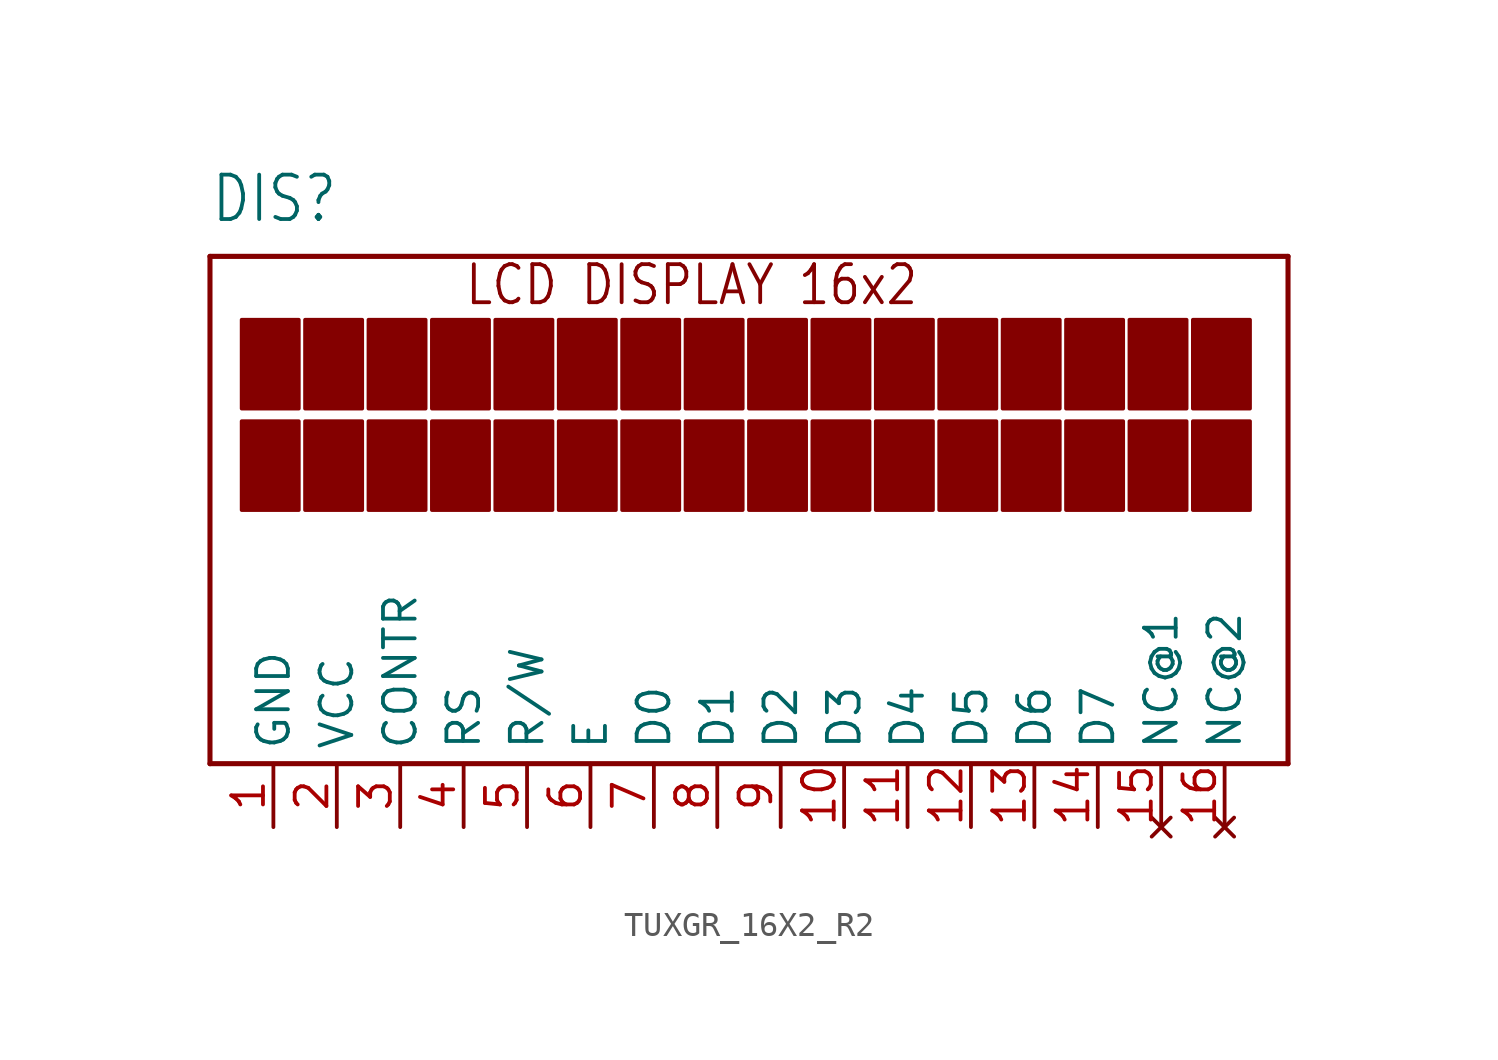
<source format=kicad_sym>
(kicad_symbol_lib
  (version 20220914)
  (generator kicad_symbol_editor)
  (symbol "TUXGR_16X2_R2"
    (property "Reference" "DIS"
      (at -20.32 13.97 0)
      (effects (font (size 1.778 1.511)) (justify left bottom)))
    (property "Value" ""
      (at -1.27 13.97 0)
      (effects (font (size 1.778 1.511)) (justify left bottom)))
    (property "ki_locked" ""
      (at 0 0 0)
      (effects (font (size 1.27 1.27))))
    (symbol "TUXGR_16X2_R2_1_0"
      (rectangle (start -19.05 2.54) (end -16.764 6.096) (stroke (width 0) (type default)) (fill (type outline)))
      (rectangle (start -19.05 6.604) (end -16.764 10.16) (stroke (width 0) (type default)) (fill (type outline)))
      (rectangle (start -16.51 2.54) (end -14.224 6.096) (stroke (width 0) (type default)) (fill (type outline)))
      (rectangle (start -16.51 6.604) (end -14.224 10.16) (stroke (width 0) (type default)) (fill (type outline)))
      (rectangle (start -13.97 2.54) (end -11.684 6.096) (stroke (width 0) (type default)) (fill (type outline)))
      (rectangle (start -13.97 6.604) (end -11.684 10.16) (stroke (width 0) (type default)) (fill (type outline)))
      (rectangle (start -11.43 2.54) (end -9.144 6.096) (stroke (width 0) (type default)) (fill (type outline)))
      (rectangle (start -11.43 6.604) (end -9.144 10.16) (stroke (width 0) (type default)) (fill (type outline)))
      (rectangle (start -8.89 2.54) (end -6.604 6.096) (stroke (width 0) (type default)) (fill (type outline)))
      (rectangle (start -8.89 6.604) (end -6.604 10.16) (stroke (width 0) (type default)) (fill (type outline)))
      (rectangle (start -6.35 2.54) (end -4.064 6.096) (stroke (width 0) (type default)) (fill (type outline)))
      (rectangle (start -6.35 6.604) (end -4.064 10.16) (stroke (width 0) (type default)) (fill (type outline)))
      (rectangle (start -3.81 2.54) (end -1.524 6.096) (stroke (width 0) (type default)) (fill (type outline)))
      (rectangle (start -3.81 6.604) (end -1.524 10.16) (stroke (width 0) (type default)) (fill (type outline)))
      (rectangle (start -1.27 2.54) (end 1.016 6.096) (stroke (width 0) (type default)) (fill (type outline)))
      (rectangle (start -1.27 6.604) (end 1.016 10.16) (stroke (width 0) (type default)) (fill (type outline)))
      (polyline (pts (xy -20.32 -7.62) (xy 22.86 -7.62)) (stroke (width 0.203) (type solid)) (fill (type none)))
      (polyline (pts (xy -20.32 12.7) (xy -20.32 -7.62)) (stroke (width 0.203) (type solid)) (fill (type none)))
      (polyline (pts (xy 22.86 -7.62) (xy 22.86 12.7)) (stroke (width 0.203) (type solid)) (fill (type none)))
      (polyline (pts (xy 22.86 12.7) (xy -20.32 12.7)) (stroke (width 0.203) (type solid)) (fill (type none)))
      (rectangle (start 1.27 2.54) (end 3.556 6.096) (stroke (width 0) (type default)) (fill (type outline)))
      (rectangle (start 1.27 6.604) (end 3.556 10.16) (stroke (width 0) (type default)) (fill (type outline)))
      (rectangle (start 3.81 2.54) (end 6.096 6.096) (stroke (width 0) (type default)) (fill (type outline)))
      (rectangle (start 3.81 6.604) (end 6.096 10.16) (stroke (width 0) (type default)) (fill (type outline)))
      (rectangle (start 6.35 2.54) (end 8.636 6.096) (stroke (width 0) (type default)) (fill (type outline)))
      (rectangle (start 6.35 6.604) (end 8.636 10.16) (stroke (width 0) (type default)) (fill (type outline)))
      (rectangle (start 8.89 2.54) (end 11.176 6.096) (stroke (width 0) (type default)) (fill (type outline)))
      (rectangle (start 8.89 6.604) (end 11.176 10.16) (stroke (width 0) (type default)) (fill (type outline)))
      (rectangle (start 11.43 2.54) (end 13.716 6.096) (stroke (width 0) (type default)) (fill (type outline)))
      (rectangle (start 11.43 6.604) (end 13.716 10.16) (stroke (width 0) (type default)) (fill (type outline)))
      (rectangle (start 13.97 2.54) (end 16.256 6.096) (stroke (width 0) (type default)) (fill (type outline)))
      (rectangle (start 13.97 6.604) (end 16.256 10.16) (stroke (width 0) (type default)) (fill (type outline)))
      (rectangle (start 16.51 2.54) (end 18.796 6.096) (stroke (width 0) (type default)) (fill (type outline)))
      (rectangle (start 16.51 6.604) (end 18.796 10.16) (stroke (width 0) (type default)) (fill (type outline)))
      (rectangle (start 19.05 2.54) (end 21.336 6.096) (stroke (width 0) (type default)) (fill (type outline)))
      (rectangle (start 19.05 6.604) (end 21.336 10.16) (stroke (width 0) (type default)) (fill (type outline)))
      (text "LCD DISPLAY 16x2" (at -10.16 10.668 0) (effects (font (size 1.524 1.295)) (justify left bottom)))
      (pin power_in line (at -17.78 -10.16 90) (length 2.54) (name "GND" (effects (font (size 1.27 1.27)))) (number "1" (effects (font (size 1.27 1.27)))))
      (pin input line (at 5.08 -10.16 90) (length 2.54) (name "D3" (effects (font (size 1.27 1.27)))) (number "10" (effects (font (size 1.27 1.27)))))
      (pin input line (at 7.62 -10.16 90) (length 2.54) (name "D4" (effects (font (size 1.27 1.27)))) (number "11" (effects (font (size 1.27 1.27)))))
      (pin input line (at 10.16 -10.16 90) (length 2.54) (name "D5" (effects (font (size 1.27 1.27)))) (number "12" (effects (font (size 1.27 1.27)))))
      (pin input line (at 12.7 -10.16 90) (length 2.54) (name "D6" (effects (font (size 1.27 1.27)))) (number "13" (effects (font (size 1.27 1.27)))))
      (pin input line (at 15.24 -10.16 90) (length 2.54) (name "D7" (effects (font (size 1.27 1.27)))) (number "14" (effects (font (size 1.27 1.27)))))
      (pin no_connect line (at 17.78 -10.16 90) (length 2.54) (name "NC@1" (effects (font (size 1.27 1.27)))) (number "15" (effects (font (size 1.27 1.27)))))
      (pin no_connect line (at 20.32 -10.16 90) (length 2.54) (name "NC@2" (effects (font (size 1.27 1.27)))) (number "16" (effects (font (size 1.27 1.27)))))
      (pin power_in line (at -15.24 -10.16 90) (length 2.54) (name "VCC" (effects (font (size 1.27 1.27)))) (number "2" (effects (font (size 1.27 1.27)))))
      (pin input line (at -12.7 -10.16 90) (length 2.54) (name "CONTR" (effects (font (size 1.27 1.27)))) (number "3" (effects (font (size 1.27 1.27)))))
      (pin input line (at -10.16 -10.16 90) (length 2.54) (name "RS" (effects (font (size 1.27 1.27)))) (number "4" (effects (font (size 1.27 1.27)))))
      (pin input line (at -7.62 -10.16 90) (length 2.54) (name "R/W" (effects (font (size 1.27 1.27)))) (number "5" (effects (font (size 1.27 1.27)))))
      (pin input line (at -5.08 -10.16 90) (length 2.54) (name "E" (effects (font (size 1.27 1.27)))) (number "6" (effects (font (size 1.27 1.27)))))
      (pin input line (at -2.54 -10.16 90) (length 2.54) (name "D0" (effects (font (size 1.27 1.27)))) (number "7" (effects (font (size 1.27 1.27)))))
      (pin input line (at 0 -10.16 90) (length 2.54) (name "D1" (effects (font (size 1.27 1.27)))) (number "8" (effects (font (size 1.27 1.27)))))
      (pin input line (at 2.54 -10.16 90) (length 2.54) (name "D2" (effects (font (size 1.27 1.27)))) (number "9" (effects (font (size 1.27 1.27))))))))
</source>
